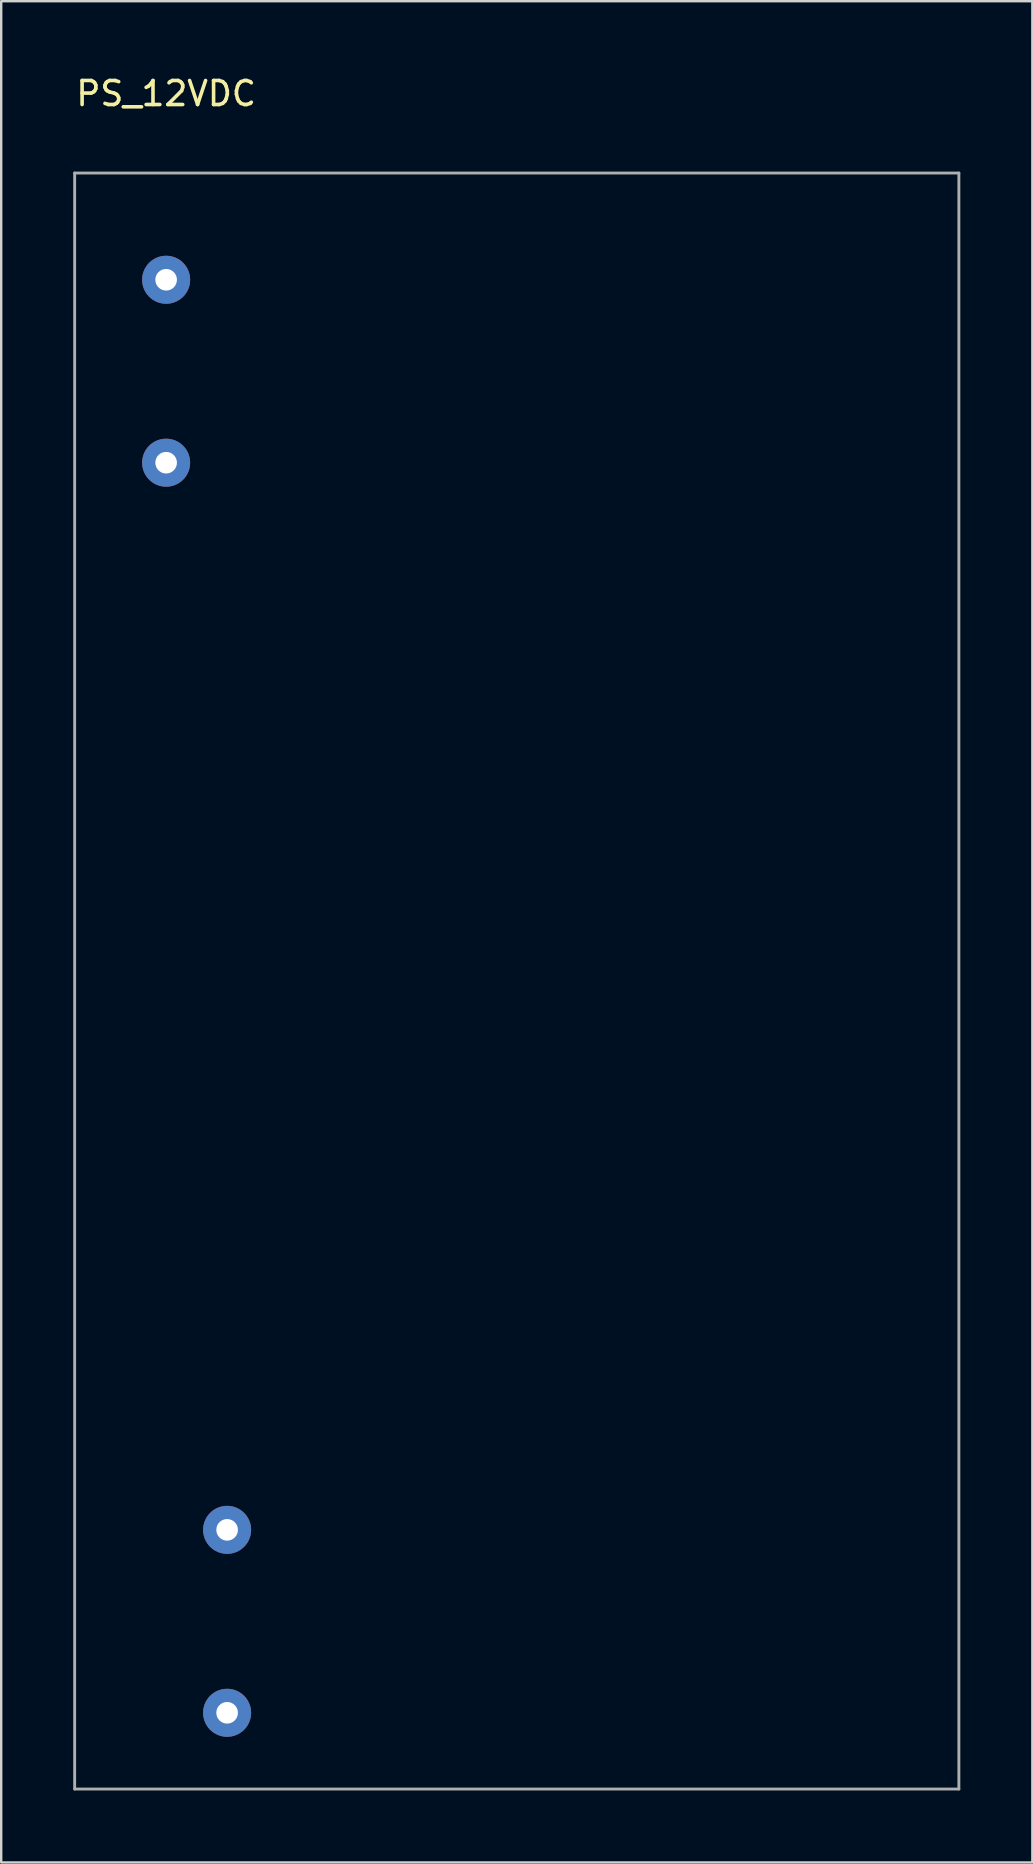
<source format=kicad_pcb>
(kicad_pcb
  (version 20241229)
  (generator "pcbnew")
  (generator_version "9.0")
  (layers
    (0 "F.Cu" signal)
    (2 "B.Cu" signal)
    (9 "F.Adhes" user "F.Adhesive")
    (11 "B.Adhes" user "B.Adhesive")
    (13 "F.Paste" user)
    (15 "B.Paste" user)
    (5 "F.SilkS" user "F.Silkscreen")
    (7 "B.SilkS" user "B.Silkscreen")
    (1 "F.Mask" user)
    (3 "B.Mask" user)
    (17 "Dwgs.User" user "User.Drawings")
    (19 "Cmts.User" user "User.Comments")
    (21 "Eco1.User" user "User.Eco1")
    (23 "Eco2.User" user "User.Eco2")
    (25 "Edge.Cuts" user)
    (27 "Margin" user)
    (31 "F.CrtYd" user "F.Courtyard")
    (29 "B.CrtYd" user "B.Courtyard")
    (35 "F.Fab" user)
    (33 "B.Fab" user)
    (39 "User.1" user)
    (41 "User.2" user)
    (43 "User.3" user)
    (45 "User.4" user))
  (footprint "PS_12VDC"
    (layer "F.Cu")
    (at 16.57 37.178)
    (property "Reference" "PS_12VDC" (at -12.7 -36.33 0) (layer "F.SilkS") (effects (font (size 1 1) (thickness 0.15))))
    (attr through_hole)
    (fp_line (start -16.51 -33.02) (end 20.32 -33.02) (stroke (width 0.12) (type solid)) (layer "F.Fab"))
    (fp_line (start -16.51 34.29) (end -16.51 -33.02) (stroke (width 0.12) (type solid)) (layer "F.Fab"))
    (fp_line (start 20.32 -33.02) (end 20.32 34.29) (stroke (width 0.12) (type solid)) (layer "F.Fab"))
    (fp_line (start 20.32 34.29) (end -16.51 34.29) (stroke (width 0.12) (type solid)) (layer "F.Fab"))
    (pad "1" thru_hole circle (at -12.7 -28.575) (size 2 2) (drill 0.9) (layers "*.Cu" "*.Mask"))
    (pad "2" thru_hole circle (at -12.7 -20.955) (size 2 2) (drill 0.9) (layers "*.Cu" "*.Mask"))
    (pad "3" thru_hole circle (at -10.16 23.495) (size 2 2) (drill 0.9) (layers "*.Cu" "*.Mask"))
    (pad "4" thru_hole circle (at -10.16 31.115) (size 2 2) (drill 0.9) (layers "*.Cu" "*.Mask")))
  (gr_rect
    (start -3 -3)
    (end 39.95 74.528)
    (stroke (width 0.1) (type default))
    (fill no)
    (layer "Edge.Cuts")))
</source>
